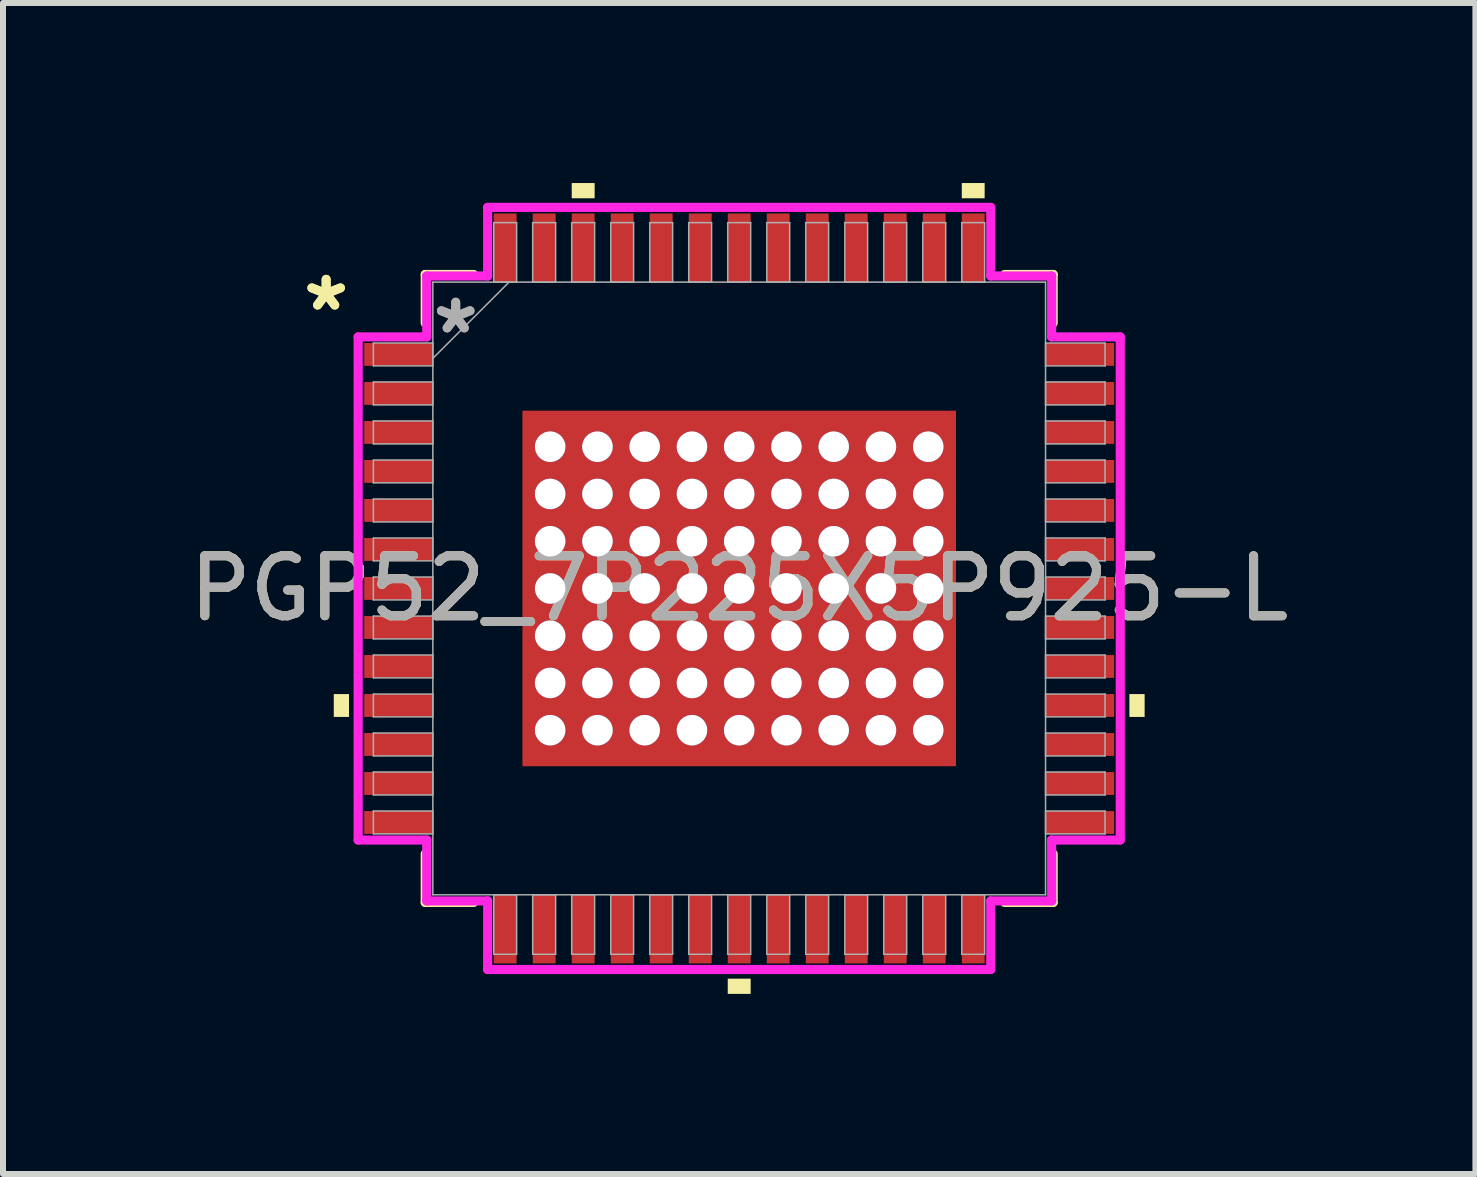
<source format=kicad_pcb>
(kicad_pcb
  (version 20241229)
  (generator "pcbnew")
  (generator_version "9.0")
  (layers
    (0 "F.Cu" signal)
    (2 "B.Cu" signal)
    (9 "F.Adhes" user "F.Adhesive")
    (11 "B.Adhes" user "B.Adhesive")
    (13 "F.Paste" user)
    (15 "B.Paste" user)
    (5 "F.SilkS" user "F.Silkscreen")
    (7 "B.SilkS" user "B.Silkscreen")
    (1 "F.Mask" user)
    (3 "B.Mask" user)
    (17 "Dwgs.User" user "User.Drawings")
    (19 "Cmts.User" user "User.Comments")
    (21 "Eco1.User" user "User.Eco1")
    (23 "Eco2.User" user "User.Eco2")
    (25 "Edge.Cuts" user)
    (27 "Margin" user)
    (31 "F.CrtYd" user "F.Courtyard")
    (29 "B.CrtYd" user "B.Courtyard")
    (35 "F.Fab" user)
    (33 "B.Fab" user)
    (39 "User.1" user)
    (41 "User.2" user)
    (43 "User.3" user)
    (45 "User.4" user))
  (footprint "PGP52_7P225X5P925-L"
    (layer "F.Cu")
    (at 9.268 6.756)
    (property "Reference" "PGP52_7P225X5P925-L" (at 0 0 0) (unlocked yes) (layer "F.SilkS") (effects (font (size 1 1) (thickness 0.15))))
    (attr through_hole)
    (fp_poly (pts (xy -3.676 -3.026) (xy -3.35 -3.026) (xy -3.35 3.026) (xy -3.676 3.026)) (stroke (width 0) (type solid)) (fill yes) (layer "F.Mask"))
    (fp_poly (pts (xy -3.676 -3.026) (xy 3.676 -3.026) (xy 3.676 -2.562) (xy -3.676 -2.562)) (stroke (width 0) (type solid)) (fill yes) (layer "F.Mask"))
    (fp_poly (pts (xy -3.676 -2.162) (xy 3.676 -2.162) (xy 3.676 -1.775) (xy -3.676 -1.775)) (stroke (width 0) (type solid)) (fill yes) (layer "F.Mask"))
    (fp_poly (pts (xy -3.676 -1.375) (xy 3.676 -1.375) (xy 3.676 -0.987) (xy -3.676 -0.987)) (stroke (width 0) (type solid)) (fill yes) (layer "F.Mask"))
    (fp_poly (pts (xy -3.676 -0.587) (xy 3.676 -0.587) (xy 3.676 -0.2) (xy -3.676 -0.2)) (stroke (width 0) (type solid)) (fill yes) (layer "F.Mask"))
    (fp_poly (pts (xy -3.676 0.2) (xy 3.676 0.2) (xy 3.676 0.587) (xy -3.676 0.587)) (stroke (width 0) (type solid)) (fill yes) (layer "F.Mask"))
    (fp_poly (pts (xy -3.676 0.987) (xy 3.676 0.987) (xy 3.676 1.375) (xy -3.676 1.375)) (stroke (width 0) (type solid)) (fill yes) (layer "F.Mask"))
    (fp_poly (pts (xy -3.676 1.775) (xy 3.676 1.775) (xy 3.676 2.162) (xy -3.676 2.162)) (stroke (width 0) (type solid)) (fill yes) (layer "F.Mask"))
    (fp_poly (pts (xy -3.676 2.562) (xy 3.676 2.562) (xy 3.676 3.026) (xy -3.676 3.026)) (stroke (width 0) (type solid)) (fill yes) (layer "F.Mask"))
    (fp_poly (pts (xy -2.562 -3.026) (xy -2.95 -3.026) (xy -2.95 3.026) (xy -2.562 3.026)) (stroke (width 0) (type solid)) (fill yes) (layer "F.Mask"))
    (fp_poly (pts (xy -1.775 -3.026) (xy -2.162 -3.026) (xy -2.162 3.026) (xy -1.775 3.026)) (stroke (width 0) (type solid)) (fill yes) (layer "F.Mask"))
    (fp_poly (pts (xy -0.987 -3.026) (xy -1.375 -3.026) (xy -1.375 3.026) (xy -0.987 3.026)) (stroke (width 0) (type solid)) (fill yes) (layer "F.Mask"))
    (fp_poly (pts (xy -0.2 -3.026) (xy -0.587 -3.026) (xy -0.587 3.026) (xy -0.2 3.026)) (stroke (width 0) (type solid)) (fill yes) (layer "F.Mask"))
    (fp_poly (pts (xy 0.587 -3.026) (xy 0.2 -3.026) (xy 0.2 3.026) (xy 0.587 3.026)) (stroke (width 0) (type solid)) (fill yes) (layer "F.Mask"))
    (fp_poly (pts (xy 1.375 -3.026) (xy 0.987 -3.026) (xy 0.987 3.026) (xy 1.375 3.026)) (stroke (width 0) (type solid)) (fill yes) (layer "F.Mask"))
    (fp_poly (pts (xy 2.162 -3.026) (xy 1.775 -3.026) (xy 1.775 3.026) (xy 2.162 3.026)) (stroke (width 0) (type solid)) (fill yes) (layer "F.Mask"))
    (fp_poly (pts (xy 2.95 -3.026) (xy 2.562 -3.026) (xy 2.562 3.026) (xy 2.95 3.026)) (stroke (width 0) (type solid)) (fill yes) (layer "F.Mask"))
    (fp_poly (pts (xy 3.35 -3.026) (xy 3.676 -3.026) (xy 3.676 3.026) (xy 3.35 3.026)) (stroke (width 0) (type solid)) (fill yes) (layer "F.Mask"))
    (fp_line (start -5.232 -5.232) (end -5.232 -4.423) (stroke (width 0.152) (type solid)) (layer "F.SilkS"))
    (fp_line (start -5.232 4.423) (end -5.232 5.232) (stroke (width 0.152) (type solid)) (layer "F.SilkS"))
    (fp_line (start -5.232 5.232) (end -4.423 5.232) (stroke (width 0.152) (type solid)) (layer "F.SilkS"))
    (fp_line (start -4.423 -5.232) (end -5.232 -5.232) (stroke (width 0.152) (type solid)) (layer "F.SilkS"))
    (fp_line (start 4.423 5.232) (end 5.232 5.232) (stroke (width 0.152) (type solid)) (layer "F.SilkS"))
    (fp_line (start 5.232 -5.232) (end 4.423 -5.232) (stroke (width 0.152) (type solid)) (layer "F.SilkS"))
    (fp_line (start 5.232 -4.423) (end 5.232 -5.232) (stroke (width 0.152) (type solid)) (layer "F.SilkS"))
    (fp_line (start 5.232 5.232) (end 5.232 4.423) (stroke (width 0.152) (type solid)) (layer "F.SilkS"))
    (fp_poly (pts (xy -6.756 1.76) (xy -6.756 2.141) (xy -6.502 2.141) (xy -6.502 1.76)) (stroke (width 0) (type solid)) (fill yes) (layer "F.SilkS"))
    (fp_poly (pts (xy -2.791 -6.502) (xy -2.791 -6.756) (xy -2.409 -6.756) (xy -2.409 -6.502)) (stroke (width 0) (type solid)) (fill yes) (layer "F.SilkS"))
    (fp_poly (pts (xy -0.191 6.502) (xy -0.191 6.756) (xy 0.191 6.756) (xy 0.191 6.502)) (stroke (width 0) (type solid)) (fill yes) (layer "F.SilkS"))
    (fp_poly (pts (xy 3.709 -6.502) (xy 3.709 -6.756) (xy 4.09 -6.756) (xy 4.09 -6.502)) (stroke (width 0) (type solid)) (fill yes) (layer "F.SilkS"))
    (fp_poly (pts (xy 6.756 1.76) (xy 6.756 2.141) (xy 6.502 2.141) (xy 6.502 1.76)) (stroke (width 0) (type solid)) (fill yes) (layer "F.SilkS"))
    (fp_poly (pts (xy -3.538 -2.888) (xy -3.538 -2.462) (xy -3.391 -2.462) (xy -3.25 -2.604) (xy -3.25 -2.888)) (stroke (width 0) (type solid)) (fill yes) (layer "F.Paste"))
    (fp_poly (pts (xy -3.538 2.462) (xy -3.538 2.888) (xy -3.25 2.888) (xy -3.25 2.604) (xy -3.391 2.462)) (stroke (width 0) (type solid)) (fill yes) (layer "F.Paste"))
    (fp_poly (pts (xy 3.25 -2.888) (xy 3.25 -2.604) (xy 3.391 -2.462) (xy 3.538 -2.462) (xy 3.538 -2.888)) (stroke (width 0) (type solid)) (fill yes) (layer "F.Paste"))
    (fp_poly (pts (xy 3.391 2.462) (xy 3.25 2.604) (xy 3.25 2.888) (xy 3.538 2.888) (xy 3.538 2.462)) (stroke (width 0) (type solid)) (fill yes) (layer "F.Paste"))
    (fp_poly (pts (xy -3.538 -2.262) (xy -3.538 -1.675) (xy -3.391 -1.675) (xy -3.25 -1.816) (xy -3.25 -2.121) (xy -3.391 -2.262)) (stroke (width 0) (type solid)) (fill yes) (layer "F.Paste"))
    (fp_poly (pts (xy -3.538 -1.475) (xy -3.538 -0.887) (xy -3.391 -0.887) (xy -3.25 -1.029) (xy -3.25 -1.333) (xy -3.391 -1.475)) (stroke (width 0) (type solid)) (fill yes) (layer "F.Paste"))
    (fp_poly (pts (xy -3.538 -0.687) (xy -3.538 -0.1) (xy -3.391 -0.1) (xy -3.25 -0.241) (xy -3.25 -0.546) (xy -3.391 -0.687)) (stroke (width 0) (type solid)) (fill yes) (layer "F.Paste"))
    (fp_poly (pts (xy -3.538 0.1) (xy -3.538 0.687) (xy -3.391 0.687) (xy -3.25 0.546) (xy -3.25 0.241) (xy -3.391 0.1)) (stroke (width 0) (type solid)) (fill yes) (layer "F.Paste"))
    (fp_poly (pts (xy -3.538 0.887) (xy -3.538 1.475) (xy -3.391 1.475) (xy -3.25 1.333) (xy -3.25 1.029) (xy -3.391 0.887)) (stroke (width 0) (type solid)) (fill yes) (layer "F.Paste"))
    (fp_poly (pts (xy -3.538 1.675) (xy -3.538 2.262) (xy -3.391 2.262) (xy -3.25 2.121) (xy -3.25 1.816) (xy -3.391 1.675)) (stroke (width 0) (type solid)) (fill yes) (layer "F.Paste"))
    (fp_poly (pts (xy -3.05 -2.888) (xy -3.05 -2.604) (xy -2.908 -2.462) (xy -2.604 -2.462) (xy -2.462 -2.604) (xy -2.462 -2.888)) (stroke (width 0) (type solid)) (fill yes) (layer "F.Paste"))
    (fp_poly (pts (xy -2.908 2.462) (xy -3.05 2.604) (xy -3.05 2.888) (xy -2.462 2.888) (xy -2.462 2.604) (xy -2.604 2.462)) (stroke (width 0) (type solid)) (fill yes) (layer "F.Paste"))
    (fp_poly (pts (xy -2.262 -2.888) (xy -2.262 -2.604) (xy -2.121 -2.462) (xy -1.816 -2.462) (xy -1.675 -2.604) (xy -1.675 -2.888)) (stroke (width 0) (type solid)) (fill yes) (layer "F.Paste"))
    (fp_poly (pts (xy -2.121 2.462) (xy -2.262 2.604) (xy -2.262 2.888) (xy -1.675 2.888) (xy -1.675 2.604) (xy -1.816 2.462)) (stroke (width 0) (type solid)) (fill yes) (layer "F.Paste"))
    (fp_poly (pts (xy -1.475 -2.888) (xy -1.475 -2.604) (xy -1.333 -2.462) (xy -1.029 -2.462) (xy -0.887 -2.604) (xy -0.887 -2.888)) (stroke (width 0) (type solid)) (fill yes) (layer "F.Paste"))
    (fp_poly (pts (xy -1.333 2.462) (xy -1.475 2.604) (xy -1.475 2.888) (xy -0.887 2.888) (xy -0.887 2.604) (xy -1.029 2.462)) (stroke (width 0) (type solid)) (fill yes) (layer "F.Paste"))
    (fp_poly (pts (xy -0.687 -2.888) (xy -0.687 -2.604) (xy -0.546 -2.462) (xy -0.241 -2.462) (xy -0.1 -2.604) (xy -0.1 -2.888)) (stroke (width 0) (type solid)) (fill yes) (layer "F.Paste"))
    (fp_poly (pts (xy -0.546 2.462) (xy -0.687 2.604) (xy -0.687 2.888) (xy -0.1 2.888) (xy -0.1 2.604) (xy -0.241 2.462)) (stroke (width 0) (type solid)) (fill yes) (layer "F.Paste"))
    (fp_poly (pts (xy 0.1 -2.888) (xy 0.1 -2.604) (xy 0.241 -2.462) (xy 0.546 -2.462) (xy 0.687 -2.604) (xy 0.687 -2.888)) (stroke (width 0) (type solid)) (fill yes) (layer "F.Paste"))
    (fp_poly (pts (xy 0.241 2.462) (xy 0.1 2.604) (xy 0.1 2.888) (xy 0.687 2.888) (xy 0.687 2.604) (xy 0.546 2.462)) (stroke (width 0) (type solid)) (fill yes) (layer "F.Paste"))
    (fp_poly (pts (xy 0.887 -2.888) (xy 0.887 -2.604) (xy 1.029 -2.462) (xy 1.333 -2.462) (xy 1.475 -2.604) (xy 1.475 -2.888)) (stroke (width 0) (type solid)) (fill yes) (layer "F.Paste"))
    (fp_poly (pts (xy 1.029 2.462) (xy 0.887 2.604) (xy 0.887 2.888) (xy 1.475 2.888) (xy 1.475 2.604) (xy 1.333 2.462)) (stroke (width 0) (type solid)) (fill yes) (layer "F.Paste"))
    (fp_poly (pts (xy 1.675 -2.888) (xy 1.675 -2.604) (xy 1.816 -2.462) (xy 2.121 -2.462) (xy 2.262 -2.604) (xy 2.262 -2.888)) (stroke (width 0) (type solid)) (fill yes) (layer "F.Paste"))
    (fp_poly (pts (xy 1.816 2.462) (xy 1.675 2.604) (xy 1.675 2.888) (xy 2.262 2.888) (xy 2.262 2.604) (xy 2.121 2.462)) (stroke (width 0) (type solid)) (fill yes) (layer "F.Paste"))
    (fp_poly (pts (xy 2.462 -2.888) (xy 2.462 -2.604) (xy 2.604 -2.462) (xy 2.908 -2.462) (xy 3.05 -2.604) (xy 3.05 -2.888)) (stroke (width 0) (type solid)) (fill yes) (layer "F.Paste"))
    (fp_poly (pts (xy 2.604 2.462) (xy 2.462 2.604) (xy 2.462 2.888) (xy 3.05 2.888) (xy 3.05 2.604) (xy 2.908 2.462)) (stroke (width 0) (type solid)) (fill yes) (layer "F.Paste"))
    (fp_poly (pts (xy 3.391 -2.262) (xy 3.25 -2.121) (xy 3.25 -1.816) (xy 3.391 -1.675) (xy 3.538 -1.675) (xy 3.538 -2.262)) (stroke (width 0) (type solid)) (fill yes) (layer "F.Paste"))
    (fp_poly (pts (xy 3.391 -1.475) (xy 3.25 -1.333) (xy 3.25 -1.029) (xy 3.391 -0.887) (xy 3.538 -0.887) (xy 3.538 -1.475)) (stroke (width 0) (type solid)) (fill yes) (layer "F.Paste"))
    (fp_poly (pts (xy 3.391 -0.687) (xy 3.25 -0.546) (xy 3.25 -0.241) (xy 3.391 -0.1) (xy 3.538 -0.1) (xy 3.538 -0.687)) (stroke (width 0) (type solid)) (fill yes) (layer "F.Paste"))
    (fp_poly (pts (xy 3.391 0.1) (xy 3.25 0.241) (xy 3.25 0.546) (xy 3.391 0.687) (xy 3.538 0.687) (xy 3.538 0.1)) (stroke (width 0) (type solid)) (fill yes) (layer "F.Paste"))
    (fp_poly (pts (xy 3.391 0.887) (xy 3.25 1.029) (xy 3.25 1.333) (xy 3.391 1.475) (xy 3.538 1.475) (xy 3.538 0.887)) (stroke (width 0) (type solid)) (fill yes) (layer "F.Paste"))
    (fp_poly (pts (xy 3.391 1.675) (xy 3.25 1.816) (xy 3.25 2.121) (xy 3.391 2.262) (xy 3.538 2.262) (xy 3.538 1.675)) (stroke (width 0) (type solid)) (fill yes) (layer "F.Paste"))
    (fp_poly (pts (xy -2.908 -2.262) (xy -3.05 -2.121) (xy -3.05 -1.816) (xy -2.908 -1.675) (xy -2.604 -1.675) (xy -2.462 -1.816) (xy -2.462 -2.121) (xy -2.604 -2.262)) (stroke (width 0) (type solid)) (fill yes) (layer "F.Paste"))
    (fp_poly (pts (xy -2.908 -1.475) (xy -3.05 -1.333) (xy -3.05 -1.029) (xy -2.908 -0.887) (xy -2.604 -0.887) (xy -2.462 -1.029) (xy -2.462 -1.333) (xy -2.604 -1.475)) (stroke (width 0) (type solid)) (fill yes) (layer "F.Paste"))
    (fp_poly (pts (xy -2.908 -0.687) (xy -3.05 -0.546) (xy -3.05 -0.241) (xy -2.908 -0.1) (xy -2.604 -0.1) (xy -2.462 -0.241) (xy -2.462 -0.546) (xy -2.604 -0.687)) (stroke (width 0) (type solid)) (fill yes) (layer "F.Paste"))
    (fp_poly (pts (xy -2.908 0.1) (xy -3.05 0.241) (xy -3.05 0.546) (xy -2.908 0.687) (xy -2.604 0.687) (xy -2.462 0.546) (xy -2.462 0.241) (xy -2.604 0.1)) (stroke (width 0) (type solid)) (fill yes) (layer "F.Paste"))
    (fp_poly (pts (xy -2.908 0.887) (xy -3.05 1.029) (xy -3.05 1.333) (xy -2.908 1.475) (xy -2.604 1.475) (xy -2.462 1.333) (xy -2.462 1.029) (xy -2.604 0.887)) (stroke (width 0) (type solid)) (fill yes) (layer "F.Paste"))
    (fp_poly (pts (xy -2.908 1.675) (xy -3.05 1.816) (xy -3.05 2.121) (xy -2.908 2.262) (xy -2.604 2.262) (xy -2.462 2.121) (xy -2.462 1.816) (xy -2.604 1.675)) (stroke (width 0) (type solid)) (fill yes) (layer "F.Paste"))
    (fp_poly (pts (xy -2.121 -2.262) (xy -2.262 -2.121) (xy -2.262 -1.816) (xy -2.121 -1.675) (xy -1.816 -1.675) (xy -1.675 -1.816) (xy -1.675 -2.121) (xy -1.816 -2.262)) (stroke (width 0) (type solid)) (fill yes) (layer "F.Paste"))
    (fp_poly (pts (xy -2.121 -1.475) (xy -2.262 -1.333) (xy -2.262 -1.029) (xy -2.121 -0.887) (xy -1.816 -0.887) (xy -1.675 -1.029) (xy -1.675 -1.333) (xy -1.816 -1.475)) (stroke (width 0) (type solid)) (fill yes) (layer "F.Paste"))
    (fp_poly (pts (xy -2.121 -0.687) (xy -2.262 -0.546) (xy -2.262 -0.241) (xy -2.121 -0.1) (xy -1.816 -0.1) (xy -1.675 -0.241) (xy -1.675 -0.546) (xy -1.816 -0.687)) (stroke (width 0) (type solid)) (fill yes) (layer "F.Paste"))
    (fp_poly (pts (xy -2.121 0.1) (xy -2.262 0.241) (xy -2.262 0.546) (xy -2.121 0.687) (xy -1.816 0.687) (xy -1.675 0.546) (xy -1.675 0.241) (xy -1.816 0.1)) (stroke (width 0) (type solid)) (fill yes) (layer "F.Paste"))
    (fp_poly (pts (xy -2.121 0.887) (xy -2.262 1.029) (xy -2.262 1.333) (xy -2.121 1.475) (xy -1.816 1.475) (xy -1.675 1.333) (xy -1.675 1.029) (xy -1.816 0.887)) (stroke (width 0) (type solid)) (fill yes) (layer "F.Paste"))
    (fp_poly (pts (xy -2.121 1.675) (xy -2.262 1.816) (xy -2.262 2.121) (xy -2.121 2.262) (xy -1.816 2.262) (xy -1.675 2.121) (xy -1.675 1.816) (xy -1.816 1.675)) (stroke (width 0) (type solid)) (fill yes) (layer "F.Paste"))
    (fp_poly (pts (xy -1.333 -2.262) (xy -1.475 -2.121) (xy -1.475 -1.816) (xy -1.333 -1.675) (xy -1.029 -1.675) (xy -0.887 -1.816) (xy -0.887 -2.121) (xy -1.029 -2.262)) (stroke (width 0) (type solid)) (fill yes) (layer "F.Paste"))
    (fp_poly (pts (xy -1.333 -1.475) (xy -1.475 -1.333) (xy -1.475 -1.029) (xy -1.333 -0.887) (xy -1.029 -0.887) (xy -0.887 -1.029) (xy -0.887 -1.333) (xy -1.029 -1.475)) (stroke (width 0) (type solid)) (fill yes) (layer "F.Paste"))
    (fp_poly (pts (xy -1.333 -0.687) (xy -1.475 -0.546) (xy -1.475 -0.241) (xy -1.333 -0.1) (xy -1.029 -0.1) (xy -0.887 -0.241) (xy -0.887 -0.546) (xy -1.029 -0.687)) (stroke (width 0) (type solid)) (fill yes) (layer "F.Paste"))
    (fp_poly (pts (xy -1.333 0.1) (xy -1.475 0.241) (xy -1.475 0.546) (xy -1.333 0.687) (xy -1.029 0.687) (xy -0.887 0.546) (xy -0.887 0.241) (xy -1.029 0.1)) (stroke (width 0) (type solid)) (fill yes) (layer "F.Paste"))
    (fp_poly (pts (xy -1.333 0.887) (xy -1.475 1.029) (xy -1.475 1.333) (xy -1.333 1.475) (xy -1.029 1.475) (xy -0.887 1.333) (xy -0.887 1.029) (xy -1.029 0.887)) (stroke (width 0) (type solid)) (fill yes) (layer "F.Paste"))
    (fp_poly (pts (xy -1.333 1.675) (xy -1.475 1.816) (xy -1.475 2.121) (xy -1.333 2.262) (xy -1.029 2.262) (xy -0.887 2.121) (xy -0.887 1.816) (xy -1.029 1.675)) (stroke (width 0) (type solid)) (fill yes) (layer "F.Paste"))
    (fp_poly (pts (xy -0.546 -2.262) (xy -0.687 -2.121) (xy -0.687 -1.816) (xy -0.546 -1.675) (xy -0.241 -1.675) (xy -0.1 -1.816) (xy -0.1 -2.121) (xy -0.241 -2.262)) (stroke (width 0) (type solid)) (fill yes) (layer "F.Paste"))
    (fp_poly (pts (xy -0.546 -1.475) (xy -0.687 -1.333) (xy -0.687 -1.029) (xy -0.546 -0.887) (xy -0.241 -0.887) (xy -0.1 -1.029) (xy -0.1 -1.333) (xy -0.241 -1.475)) (stroke (width 0) (type solid)) (fill yes) (layer "F.Paste"))
    (fp_poly (pts (xy -0.546 -0.687) (xy -0.687 -0.546) (xy -0.687 -0.241) (xy -0.546 -0.1) (xy -0.241 -0.1) (xy -0.1 -0.241) (xy -0.1 -0.546) (xy -0.241 -0.687)) (stroke (width 0) (type solid)) (fill yes) (layer "F.Paste"))
    (fp_poly (pts (xy -0.546 0.1) (xy -0.687 0.241) (xy -0.687 0.546) (xy -0.546 0.687) (xy -0.241 0.687) (xy -0.1 0.546) (xy -0.1 0.241) (xy -0.241 0.1)) (stroke (width 0) (type solid)) (fill yes) (layer "F.Paste"))
    (fp_poly (pts (xy -0.546 0.887) (xy -0.687 1.029) (xy -0.687 1.333) (xy -0.546 1.475) (xy -0.241 1.475) (xy -0.1 1.333) (xy -0.1 1.029) (xy -0.241 0.887)) (stroke (width 0) (type solid)) (fill yes) (layer "F.Paste"))
    (fp_poly (pts (xy -0.546 1.675) (xy -0.687 1.816) (xy -0.687 2.121) (xy -0.546 2.262) (xy -0.241 2.262) (xy -0.1 2.121) (xy -0.1 1.816) (xy -0.241 1.675)) (stroke (width 0) (type solid)) (fill yes) (layer "F.Paste"))
    (fp_poly (pts (xy 0.241 -2.262) (xy 0.1 -2.121) (xy 0.1 -1.816) (xy 0.241 -1.675) (xy 0.546 -1.675) (xy 0.687 -1.816) (xy 0.687 -2.121) (xy 0.546 -2.262)) (stroke (width 0) (type solid)) (fill yes) (layer "F.Paste"))
    (fp_poly (pts (xy 0.241 -1.475) (xy 0.1 -1.333) (xy 0.1 -1.029) (xy 0.241 -0.887) (xy 0.546 -0.887) (xy 0.687 -1.029) (xy 0.687 -1.333) (xy 0.546 -1.475)) (stroke (width 0) (type solid)) (fill yes) (layer "F.Paste"))
    (fp_poly (pts (xy 0.241 -0.687) (xy 0.1 -0.546) (xy 0.1 -0.241) (xy 0.241 -0.1) (xy 0.546 -0.1) (xy 0.687 -0.241) (xy 0.687 -0.546) (xy 0.546 -0.687)) (stroke (width 0) (type solid)) (fill yes) (layer "F.Paste"))
    (fp_poly (pts (xy 0.241 0.1) (xy 0.1 0.241) (xy 0.1 0.546) (xy 0.241 0.687) (xy 0.546 0.687) (xy 0.687 0.546) (xy 0.687 0.241) (xy 0.546 0.1)) (stroke (width 0) (type solid)) (fill yes) (layer "F.Paste"))
    (fp_poly (pts (xy 0.241 0.887) (xy 0.1 1.029) (xy 0.1 1.333) (xy 0.241 1.475) (xy 0.546 1.475) (xy 0.687 1.333) (xy 0.687 1.029) (xy 0.546 0.887)) (stroke (width 0) (type solid)) (fill yes) (layer "F.Paste"))
    (fp_poly (pts (xy 0.241 1.675) (xy 0.1 1.816) (xy 0.1 2.121) (xy 0.241 2.262) (xy 0.546 2.262) (xy 0.687 2.121) (xy 0.687 1.816) (xy 0.546 1.675)) (stroke (width 0) (type solid)) (fill yes) (layer "F.Paste"))
    (fp_poly (pts (xy 1.029 -2.262) (xy 0.887 -2.121) (xy 0.887 -1.816) (xy 1.029 -1.675) (xy 1.333 -1.675) (xy 1.475 -1.816) (xy 1.475 -2.121) (xy 1.333 -2.262)) (stroke (width 0) (type solid)) (fill yes) (layer "F.Paste"))
    (fp_poly (pts (xy 1.029 -1.475) (xy 0.887 -1.333) (xy 0.887 -1.029) (xy 1.029 -0.887) (xy 1.333 -0.887) (xy 1.475 -1.029) (xy 1.475 -1.333) (xy 1.333 -1.475)) (stroke (width 0) (type solid)) (fill yes) (layer "F.Paste"))
    (fp_poly (pts (xy 1.029 -0.687) (xy 0.887 -0.546) (xy 0.887 -0.241) (xy 1.029 -0.1) (xy 1.333 -0.1) (xy 1.475 -0.241) (xy 1.475 -0.546) (xy 1.333 -0.687)) (stroke (width 0) (type solid)) (fill yes) (layer "F.Paste"))
    (fp_poly (pts (xy 1.029 0.1) (xy 0.887 0.241) (xy 0.887 0.546) (xy 1.029 0.687) (xy 1.333 0.687) (xy 1.475 0.546) (xy 1.475 0.241) (xy 1.333 0.1)) (stroke (width 0) (type solid)) (fill yes) (layer "F.Paste"))
    (fp_poly (pts (xy 1.029 0.887) (xy 0.887 1.029) (xy 0.887 1.333) (xy 1.029 1.475) (xy 1.333 1.475) (xy 1.475 1.333) (xy 1.475 1.029) (xy 1.333 0.887)) (stroke (width 0) (type solid)) (fill yes) (layer "F.Paste"))
    (fp_poly (pts (xy 1.029 1.675) (xy 0.887 1.816) (xy 0.887 2.121) (xy 1.029 2.262) (xy 1.333 2.262) (xy 1.475 2.121) (xy 1.475 1.816) (xy 1.333 1.675)) (stroke (width 0) (type solid)) (fill yes) (layer "F.Paste"))
    (fp_poly (pts (xy 1.816 -2.262) (xy 1.675 -2.121) (xy 1.675 -1.816) (xy 1.816 -1.675) (xy 2.121 -1.675) (xy 2.262 -1.816) (xy 2.262 -2.121) (xy 2.121 -2.262)) (stroke (width 0) (type solid)) (fill yes) (layer "F.Paste"))
    (fp_poly (pts (xy 1.816 -1.475) (xy 1.675 -1.333) (xy 1.675 -1.029) (xy 1.816 -0.887) (xy 2.121 -0.887) (xy 2.262 -1.029) (xy 2.262 -1.333) (xy 2.121 -1.475)) (stroke (width 0) (type solid)) (fill yes) (layer "F.Paste"))
    (fp_poly (pts (xy 1.816 -0.687) (xy 1.675 -0.546) (xy 1.675 -0.241) (xy 1.816 -0.1) (xy 2.121 -0.1) (xy 2.262 -0.241) (xy 2.262 -0.546) (xy 2.121 -0.687)) (stroke (width 0) (type solid)) (fill yes) (layer "F.Paste"))
    (fp_poly (pts (xy 1.816 0.1) (xy 1.675 0.241) (xy 1.675 0.546) (xy 1.816 0.687) (xy 2.121 0.687) (xy 2.262 0.546) (xy 2.262 0.241) (xy 2.121 0.1)) (stroke (width 0) (type solid)) (fill yes) (layer "F.Paste"))
    (fp_poly (pts (xy 1.816 0.887) (xy 1.675 1.029) (xy 1.675 1.333) (xy 1.816 1.475) (xy 2.121 1.475) (xy 2.262 1.333) (xy 2.262 1.029) (xy 2.121 0.887)) (stroke (width 0) (type solid)) (fill yes) (layer "F.Paste"))
    (fp_poly (pts (xy 1.816 1.675) (xy 1.675 1.816) (xy 1.675 2.121) (xy 1.816 2.262) (xy 2.121 2.262) (xy 2.262 2.121) (xy 2.262 1.816) (xy 2.121 1.675)) (stroke (width 0) (type solid)) (fill yes) (layer "F.Paste"))
    (fp_poly (pts (xy 2.604 -2.262) (xy 2.462 -2.121) (xy 2.462 -1.816) (xy 2.604 -1.675) (xy 2.908 -1.675) (xy 3.05 -1.816) (xy 3.05 -2.121) (xy 2.908 -2.262)) (stroke (width 0) (type solid)) (fill yes) (layer "F.Paste"))
    (fp_poly (pts (xy 2.604 -1.475) (xy 2.462 -1.333) (xy 2.462 -1.029) (xy 2.604 -0.887) (xy 2.908 -0.887) (xy 3.05 -1.029) (xy 3.05 -1.333) (xy 2.908 -1.475)) (stroke (width 0) (type solid)) (fill yes) (layer "F.Paste"))
    (fp_poly (pts (xy 2.604 -0.687) (xy 2.462 -0.546) (xy 2.462 -0.241) (xy 2.604 -0.1) (xy 2.908 -0.1) (xy 3.05 -0.241) (xy 3.05 -0.546) (xy 2.908 -0.687)) (stroke (width 0) (type solid)) (fill yes) (layer "F.Paste"))
    (fp_poly (pts (xy 2.604 0.1) (xy 2.462 0.241) (xy 2.462 0.546) (xy 2.604 0.687) (xy 2.908 0.687) (xy 3.05 0.546) (xy 3.05 0.241) (xy 2.908 0.1)) (stroke (width 0) (type solid)) (fill yes) (layer "F.Paste"))
    (fp_poly (pts (xy 2.604 0.887) (xy 2.462 1.029) (xy 2.462 1.333) (xy 2.604 1.475) (xy 2.908 1.475) (xy 3.05 1.333) (xy 3.05 1.029) (xy 2.908 0.887)) (stroke (width 0) (type solid)) (fill yes) (layer "F.Paste"))
    (fp_poly (pts (xy 2.604 1.675) (xy 2.462 1.816) (xy 2.462 2.121) (xy 2.604 2.262) (xy 2.908 2.262) (xy 3.05 2.121) (xy 3.05 1.816) (xy 2.908 1.675)) (stroke (width 0) (type solid)) (fill yes) (layer "F.Paste"))
    (fp_line (start -6.35 -4.192) (end -5.207 -4.192) (stroke (width 0.152) (type solid)) (layer "F.CrtYd"))
    (fp_line (start -6.35 4.192) (end -6.35 -4.192) (stroke (width 0.152) (type solid)) (layer "F.CrtYd"))
    (fp_line (start -5.207 -5.207) (end -4.192 -5.207) (stroke (width 0.152) (type solid)) (layer "F.CrtYd"))
    (fp_line (start -5.207 -4.192) (end -5.207 -5.207) (stroke (width 0.152) (type solid)) (layer "F.CrtYd"))
    (fp_line (start -5.207 4.192) (end -6.35 4.192) (stroke (width 0.152) (type solid)) (layer "F.CrtYd"))
    (fp_line (start -5.207 5.207) (end -5.207 4.192) (stroke (width 0.152) (type solid)) (layer "F.CrtYd"))
    (fp_line (start -5.207 5.207) (end -4.192 5.207) (stroke (width 0.152) (type solid)) (layer "F.CrtYd"))
    (fp_line (start -4.192 -6.35) (end 4.192 -6.35) (stroke (width 0.152) (type solid)) (layer "F.CrtYd"))
    (fp_line (start -4.192 -5.207) (end -4.192 -6.35) (stroke (width 0.152) (type solid)) (layer "F.CrtYd"))
    (fp_line (start -4.192 5.207) (end -4.192 6.35) (stroke (width 0.152) (type solid)) (layer "F.CrtYd"))
    (fp_line (start -4.192 6.35) (end 4.192 6.35) (stroke (width 0.152) (type solid)) (layer "F.CrtYd"))
    (fp_line (start 4.192 -6.35) (end 4.192 -5.207) (stroke (width 0.152) (type solid)) (layer "F.CrtYd"))
    (fp_line (start 4.192 -5.207) (end 5.207 -5.207) (stroke (width 0.152) (type solid)) (layer "F.CrtYd"))
    (fp_line (start 4.192 5.207) (end 5.207 5.207) (stroke (width 0.152) (type solid)) (layer "F.CrtYd"))
    (fp_line (start 4.192 6.35) (end 4.192 5.207) (stroke (width 0.152) (type solid)) (layer "F.CrtYd"))
    (fp_line (start 5.207 -4.192) (end 5.207 -5.207) (stroke (width 0.152) (type solid)) (layer "F.CrtYd"))
    (fp_line (start 5.207 4.192) (end 6.35 4.192) (stroke (width 0.152) (type solid)) (layer "F.CrtYd"))
    (fp_line (start 5.207 5.207) (end 5.207 4.192) (stroke (width 0.152) (type solid)) (layer "F.CrtYd"))
    (fp_line (start 6.35 -4.192) (end 5.207 -4.192) (stroke (width 0.152) (type solid)) (layer "F.CrtYd"))
    (fp_line (start 6.35 4.192) (end 6.35 -4.192) (stroke (width 0.152) (type solid)) (layer "F.CrtYd"))
    (fp_line (start -6.096 -4.09) (end -6.096 -3.709) (stroke (width 0.025) (type solid)) (layer "F.Fab"))
    (fp_line (start -6.096 -3.709) (end -5.105 -3.709) (stroke (width 0.025) (type solid)) (layer "F.Fab"))
    (fp_line (start -6.096 -3.441) (end -6.096 -3.059) (stroke (width 0.025) (type solid)) (layer "F.Fab"))
    (fp_line (start -6.096 -3.059) (end -5.105 -3.059) (stroke (width 0.025) (type solid)) (layer "F.Fab"))
    (fp_line (start -6.096 -2.791) (end -6.096 -2.409) (stroke (width 0.025) (type solid)) (layer "F.Fab"))
    (fp_line (start -6.096 -2.409) (end -5.105 -2.409) (stroke (width 0.025) (type solid)) (layer "F.Fab"))
    (fp_line (start -6.096 -2.14) (end -6.096 -1.76) (stroke (width 0.025) (type solid)) (layer "F.Fab"))
    (fp_line (start -6.096 -1.76) (end -5.105 -1.76) (stroke (width 0.025) (type solid)) (layer "F.Fab"))
    (fp_line (start -6.096 -1.49) (end -6.096 -1.109) (stroke (width 0.025) (type solid)) (layer "F.Fab"))
    (fp_line (start -6.096 -1.109) (end -5.105 -1.109) (stroke (width 0.025) (type solid)) (layer "F.Fab"))
    (fp_line (start -6.096 -0.841) (end -6.096 -0.46) (stroke (width 0.025) (type solid)) (layer "F.Fab"))
    (fp_line (start -6.096 -0.46) (end -5.105 -0.46) (stroke (width 0.025) (type solid)) (layer "F.Fab"))
    (fp_line (start -6.096 -0.191) (end -6.096 0.191) (stroke (width 0.025) (type solid)) (layer "F.Fab"))
    (fp_line (start -6.096 0.191) (end -5.105 0.191) (stroke (width 0.025) (type solid)) (layer "F.Fab"))
    (fp_line (start -6.096 0.46) (end -6.096 0.841) (stroke (width 0.025) (type solid)) (layer "F.Fab"))
    (fp_line (start -6.096 0.841) (end -5.105 0.841) (stroke (width 0.025) (type solid)) (layer "F.Fab"))
    (fp_line (start -6.096 1.109) (end -6.096 1.49) (stroke (width 0.025) (type solid)) (layer "F.Fab"))
    (fp_line (start -6.096 1.49) (end -5.105 1.49) (stroke (width 0.025) (type solid)) (layer "F.Fab"))
    (fp_line (start -6.096 1.76) (end -6.096 2.14) (stroke (width 0.025) (type solid)) (layer "F.Fab"))
    (fp_line (start -6.096 2.14) (end -5.105 2.14) (stroke (width 0.025) (type solid)) (layer "F.Fab"))
    (fp_line (start -6.096 2.409) (end -6.096 2.791) (stroke (width 0.025) (type solid)) (layer "F.Fab"))
    (fp_line (start -6.096 2.791) (end -5.105 2.791) (stroke (width 0.025) (type solid)) (layer "F.Fab"))
    (fp_line (start -6.096 3.059) (end -6.096 3.441) (stroke (width 0.025) (type solid)) (layer "F.Fab"))
    (fp_line (start -6.096 3.441) (end -5.105 3.441) (stroke (width 0.025) (type solid)) (layer "F.Fab"))
    (fp_line (start -6.096 3.709) (end -6.096 4.09) (stroke (width 0.025) (type solid)) (layer "F.Fab"))
    (fp_line (start -6.096 4.09) (end -5.105 4.09) (stroke (width 0.025) (type solid)) (layer "F.Fab"))
    (fp_line (start -5.105 -5.105) (end -5.105 5.105) (stroke (width 0.025) (type solid)) (layer "F.Fab"))
    (fp_line (start -5.105 -4.09) (end -6.096 -4.09) (stroke (width 0.025) (type solid)) (layer "F.Fab"))
    (fp_line (start -5.105 -3.835) (end -3.835 -5.105) (stroke (width 0.025) (type solid)) (layer "F.Fab"))
    (fp_line (start -5.105 -3.709) (end -5.105 -4.09) (stroke (width 0.025) (type solid)) (layer "F.Fab"))
    (fp_line (start -5.105 -3.441) (end -6.096 -3.441) (stroke (width 0.025) (type solid)) (layer "F.Fab"))
    (fp_line (start -5.105 -3.059) (end -5.105 -3.441) (stroke (width 0.025) (type solid)) (layer "F.Fab"))
    (fp_line (start -5.105 -2.791) (end -6.096 -2.791) (stroke (width 0.025) (type solid)) (layer "F.Fab"))
    (fp_line (start -5.105 -2.409) (end -5.105 -2.791) (stroke (width 0.025) (type solid)) (layer "F.Fab"))
    (fp_line (start -5.105 -2.14) (end -6.096 -2.14) (stroke (width 0.025) (type solid)) (layer "F.Fab"))
    (fp_line (start -5.105 -1.76) (end -5.105 -2.14) (stroke (width 0.025) (type solid)) (layer "F.Fab"))
    (fp_line (start -5.105 -1.49) (end -6.096 -1.49) (stroke (width 0.025) (type solid)) (layer "F.Fab"))
    (fp_line (start -5.105 -1.109) (end -5.105 -1.49) (stroke (width 0.025) (type solid)) (layer "F.Fab"))
    (fp_line (start -5.105 -0.841) (end -6.096 -0.841) (stroke (width 0.025) (type solid)) (layer "F.Fab"))
    (fp_line (start -5.105 -0.46) (end -5.105 -0.841) (stroke (width 0.025) (type solid)) (layer "F.Fab"))
    (fp_line (start -5.105 -0.191) (end -6.096 -0.191) (stroke (width 0.025) (type solid)) (layer "F.Fab"))
    (fp_line (start -5.105 0.191) (end -5.105 -0.191) (stroke (width 0.025) (type solid)) (layer "F.Fab"))
    (fp_line (start -5.105 0.46) (end -6.096 0.46) (stroke (width 0.025) (type solid)) (layer "F.Fab"))
    (fp_line (start -5.105 0.841) (end -5.105 0.46) (stroke (width 0.025) (type solid)) (layer "F.Fab"))
    (fp_line (start -5.105 1.109) (end -6.096 1.109) (stroke (width 0.025) (type solid)) (layer "F.Fab"))
    (fp_line (start -5.105 1.49) (end -5.105 1.109) (stroke (width 0.025) (type solid)) (layer "F.Fab"))
    (fp_line (start -5.105 1.76) (end -6.096 1.76) (stroke (width 0.025) (type solid)) (layer "F.Fab"))
    (fp_line (start -5.105 2.14) (end -5.105 1.76) (stroke (width 0.025) (type solid)) (layer "F.Fab"))
    (fp_line (start -5.105 2.409) (end -6.096 2.409) (stroke (width 0.025) (type solid)) (layer "F.Fab"))
    (fp_line (start -5.105 2.791) (end -5.105 2.409) (stroke (width 0.025) (type solid)) (layer "F.Fab"))
    (fp_line (start -5.105 3.059) (end -6.096 3.059) (stroke (width 0.025) (type solid)) (layer "F.Fab"))
    (fp_line (start -5.105 3.441) (end -5.105 3.059) (stroke (width 0.025) (type solid)) (layer "F.Fab"))
    (fp_line (start -5.105 3.709) (end -6.096 3.709) (stroke (width 0.025) (type solid)) (layer "F.Fab"))
    (fp_line (start -5.105 4.09) (end -5.105 3.709) (stroke (width 0.025) (type solid)) (layer "F.Fab"))
    (fp_line (start -5.105 5.105) (end 5.105 5.105) (stroke (width 0.025) (type solid)) (layer "F.Fab"))
    (fp_line (start -4.09 -6.096) (end -4.09 -5.105) (stroke (width 0.025) (type solid)) (layer "F.Fab"))
    (fp_line (start -4.09 -5.105) (end -3.709 -5.105) (stroke (width 0.025) (type solid)) (layer "F.Fab"))
    (fp_line (start -4.09 5.105) (end -4.09 6.096) (stroke (width 0.025) (type solid)) (layer "F.Fab"))
    (fp_line (start -4.09 6.096) (end -3.709 6.096) (stroke (width 0.025) (type solid)) (layer "F.Fab"))
    (fp_line (start -3.709 -6.096) (end -4.09 -6.096) (stroke (width 0.025) (type solid)) (layer "F.Fab"))
    (fp_line (start -3.709 -5.105) (end -3.709 -6.096) (stroke (width 0.025) (type solid)) (layer "F.Fab"))
    (fp_line (start -3.709 5.105) (end -4.09 5.105) (stroke (width 0.025) (type solid)) (layer "F.Fab"))
    (fp_line (start -3.709 6.096) (end -3.709 5.105) (stroke (width 0.025) (type solid)) (layer "F.Fab"))
    (fp_line (start -3.441 -6.096) (end -3.441 -5.105) (stroke (width 0.025) (type solid)) (layer "F.Fab"))
    (fp_line (start -3.441 -5.105) (end -3.059 -5.105) (stroke (width 0.025) (type solid)) (layer "F.Fab"))
    (fp_line (start -3.441 5.105) (end -3.441 6.096) (stroke (width 0.025) (type solid)) (layer "F.Fab"))
    (fp_line (start -3.441 6.096) (end -3.059 6.096) (stroke (width 0.025) (type solid)) (layer "F.Fab"))
    (fp_line (start -3.059 -6.096) (end -3.441 -6.096) (stroke (width 0.025) (type solid)) (layer "F.Fab"))
    (fp_line (start -3.059 -5.105) (end -3.059 -6.096) (stroke (width 0.025) (type solid)) (layer "F.Fab"))
    (fp_line (start -3.059 5.105) (end -3.441 5.105) (stroke (width 0.025) (type solid)) (layer "F.Fab"))
    (fp_line (start -3.059 6.096) (end -3.059 5.105) (stroke (width 0.025) (type solid)) (layer "F.Fab"))
    (fp_line (start -2.791 -6.096) (end -2.791 -5.105) (stroke (width 0.025) (type solid)) (layer "F.Fab"))
    (fp_line (start -2.791 -5.105) (end -2.409 -5.105) (stroke (width 0.025) (type solid)) (layer "F.Fab"))
    (fp_line (start -2.791 5.105) (end -2.791 6.096) (stroke (width 0.025) (type solid)) (layer "F.Fab"))
    (fp_line (start -2.791 6.096) (end -2.409 6.096) (stroke (width 0.025) (type solid)) (layer "F.Fab"))
    (fp_line (start -2.409 -6.096) (end -2.791 -6.096) (stroke (width 0.025) (type solid)) (layer "F.Fab"))
    (fp_line (start -2.409 -5.105) (end -2.409 -6.096) (stroke (width 0.025) (type solid)) (layer "F.Fab"))
    (fp_line (start -2.409 5.105) (end -2.791 5.105) (stroke (width 0.025) (type solid)) (layer "F.Fab"))
    (fp_line (start -2.409 6.096) (end -2.409 5.105) (stroke (width 0.025) (type solid)) (layer "F.Fab"))
    (fp_line (start -2.14 -6.096) (end -2.14 -5.105) (stroke (width 0.025) (type solid)) (layer "F.Fab"))
    (fp_line (start -2.14 -5.105) (end -1.76 -5.105) (stroke (width 0.025) (type solid)) (layer "F.Fab"))
    (fp_line (start -2.14 5.105) (end -2.14 6.096) (stroke (width 0.025) (type solid)) (layer "F.Fab"))
    (fp_line (start -2.14 6.096) (end -1.76 6.096) (stroke (width 0.025) (type solid)) (layer "F.Fab"))
    (fp_line (start -1.76 -6.096) (end -2.14 -6.096) (stroke (width 0.025) (type solid)) (layer "F.Fab"))
    (fp_line (start -1.76 -5.105) (end -1.76 -6.096) (stroke (width 0.025) (type solid)) (layer "F.Fab"))
    (fp_line (start -1.76 5.105) (end -2.14 5.105) (stroke (width 0.025) (type solid)) (layer "F.Fab"))
    (fp_line (start -1.76 6.096) (end -1.76 5.105) (stroke (width 0.025) (type solid)) (layer "F.Fab"))
    (fp_line (start -1.49 -6.096) (end -1.49 -5.105) (stroke (width 0.025) (type solid)) (layer "F.Fab"))
    (fp_line (start -1.49 -5.105) (end -1.109 -5.105) (stroke (width 0.025) (type solid)) (layer "F.Fab"))
    (fp_line (start -1.49 5.105) (end -1.49 6.096) (stroke (width 0.025) (type solid)) (layer "F.Fab"))
    (fp_line (start -1.49 6.096) (end -1.109 6.096) (stroke (width 0.025) (type solid)) (layer "F.Fab"))
    (fp_line (start -1.109 -6.096) (end -1.49 -6.096) (stroke (width 0.025) (type solid)) (layer "F.Fab"))
    (fp_line (start -1.109 -5.105) (end -1.109 -6.096) (stroke (width 0.025) (type solid)) (layer "F.Fab"))
    (fp_line (start -1.109 5.105) (end -1.49 5.105) (stroke (width 0.025) (type solid)) (layer "F.Fab"))
    (fp_line (start -1.109 6.096) (end -1.109 5.105) (stroke (width 0.025) (type solid)) (layer "F.Fab"))
    (fp_line (start -0.841 -6.096) (end -0.841 -5.105) (stroke (width 0.025) (type solid)) (layer "F.Fab"))
    (fp_line (start -0.841 -5.105) (end -0.46 -5.105) (stroke (width 0.025) (type solid)) (layer "F.Fab"))
    (fp_line (start -0.841 5.105) (end -0.841 6.096) (stroke (width 0.025) (type solid)) (layer "F.Fab"))
    (fp_line (start -0.841 6.096) (end -0.46 6.096) (stroke (width 0.025) (type solid)) (layer "F.Fab"))
    (fp_line (start -0.46 -6.096) (end -0.841 -6.096) (stroke (width 0.025) (type solid)) (layer "F.Fab"))
    (fp_line (start -0.46 -5.105) (end -0.46 -6.096) (stroke (width 0.025) (type solid)) (layer "F.Fab"))
    (fp_line (start -0.46 5.105) (end -0.841 5.105) (stroke (width 0.025) (type solid)) (layer "F.Fab"))
    (fp_line (start -0.46 6.096) (end -0.46 5.105) (stroke (width 0.025) (type solid)) (layer "F.Fab"))
    (fp_line (start -0.191 -6.096) (end -0.191 -5.105) (stroke (width 0.025) (type solid)) (layer "F.Fab"))
    (fp_line (start -0.191 -5.105) (end 0.191 -5.105) (stroke (width 0.025) (type solid)) (layer "F.Fab"))
    (fp_line (start -0.191 5.105) (end -0.191 6.096) (stroke (width 0.025) (type solid)) (layer "F.Fab"))
    (fp_line (start -0.191 6.096) (end 0.191 6.096) (stroke (width 0.025) (type solid)) (layer "F.Fab"))
    (fp_line (start 0.191 -6.096) (end -0.191 -6.096) (stroke (width 0.025) (type solid)) (layer "F.Fab"))
    (fp_line (start 0.191 -5.105) (end 0.191 -6.096) (stroke (width 0.025) (type solid)) (layer "F.Fab"))
    (fp_line (start 0.191 5.105) (end -0.191 5.105) (stroke (width 0.025) (type solid)) (layer "F.Fab"))
    (fp_line (start 0.191 6.096) (end 0.191 5.105) (stroke (width 0.025) (type solid)) (layer "F.Fab"))
    (fp_line (start 0.46 -6.096) (end 0.46 -5.105) (stroke (width 0.025) (type solid)) (layer "F.Fab"))
    (fp_line (start 0.46 -5.105) (end 0.841 -5.105) (stroke (width 0.025) (type solid)) (layer "F.Fab"))
    (fp_line (start 0.46 5.105) (end 0.46 6.096) (stroke (width 0.025) (type solid)) (layer "F.Fab"))
    (fp_line (start 0.46 6.096) (end 0.841 6.096) (stroke (width 0.025) (type solid)) (layer "F.Fab"))
    (fp_line (start 0.841 -6.096) (end 0.46 -6.096) (stroke (width 0.025) (type solid)) (layer "F.Fab"))
    (fp_line (start 0.841 -5.105) (end 0.841 -6.096) (stroke (width 0.025) (type solid)) (layer "F.Fab"))
    (fp_line (start 0.841 5.105) (end 0.46 5.105) (stroke (width 0.025) (type solid)) (layer "F.Fab"))
    (fp_line (start 0.841 6.096) (end 0.841 5.105) (stroke (width 0.025) (type solid)) (layer "F.Fab"))
    (fp_line (start 1.109 -6.096) (end 1.109 -5.105) (stroke (width 0.025) (type solid)) (layer "F.Fab"))
    (fp_line (start 1.109 -5.105) (end 1.49 -5.105) (stroke (width 0.025) (type solid)) (layer "F.Fab"))
    (fp_line (start 1.109 5.105) (end 1.109 6.096) (stroke (width 0.025) (type solid)) (layer "F.Fab"))
    (fp_line (start 1.109 6.096) (end 1.49 6.096) (stroke (width 0.025) (type solid)) (layer "F.Fab"))
    (fp_line (start 1.49 -6.096) (end 1.109 -6.096) (stroke (width 0.025) (type solid)) (layer "F.Fab"))
    (fp_line (start 1.49 -5.105) (end 1.49 -6.096) (stroke (width 0.025) (type solid)) (layer "F.Fab"))
    (fp_line (start 1.49 5.105) (end 1.109 5.105) (stroke (width 0.025) (type solid)) (layer "F.Fab"))
    (fp_line (start 1.49 6.096) (end 1.49 5.105) (stroke (width 0.025) (type solid)) (layer "F.Fab"))
    (fp_line (start 1.76 -6.096) (end 1.76 -5.105) (stroke (width 0.025) (type solid)) (layer "F.Fab"))
    (fp_line (start 1.76 -5.105) (end 2.14 -5.105) (stroke (width 0.025) (type solid)) (layer "F.Fab"))
    (fp_line (start 1.76 5.105) (end 1.76 6.096) (stroke (width 0.025) (type solid)) (layer "F.Fab"))
    (fp_line (start 1.76 6.096) (end 2.14 6.096) (stroke (width 0.025) (type solid)) (layer "F.Fab"))
    (fp_line (start 2.14 -6.096) (end 1.76 -6.096) (stroke (width 0.025) (type solid)) (layer "F.Fab"))
    (fp_line (start 2.14 -5.105) (end 2.14 -6.096) (stroke (width 0.025) (type solid)) (layer "F.Fab"))
    (fp_line (start 2.14 5.105) (end 1.76 5.105) (stroke (width 0.025) (type solid)) (layer "F.Fab"))
    (fp_line (start 2.14 6.096) (end 2.14 5.105) (stroke (width 0.025) (type solid)) (layer "F.Fab"))
    (fp_line (start 2.409 -6.096) (end 2.409 -5.105) (stroke (width 0.025) (type solid)) (layer "F.Fab"))
    (fp_line (start 2.409 -5.105) (end 2.791 -5.105) (stroke (width 0.025) (type solid)) (layer "F.Fab"))
    (fp_line (start 2.409 5.105) (end 2.409 6.096) (stroke (width 0.025) (type solid)) (layer "F.Fab"))
    (fp_line (start 2.409 6.096) (end 2.791 6.096) (stroke (width 0.025) (type solid)) (layer "F.Fab"))
    (fp_line (start 2.791 -6.096) (end 2.409 -6.096) (stroke (width 0.025) (type solid)) (layer "F.Fab"))
    (fp_line (start 2.791 -5.105) (end 2.791 -6.096) (stroke (width 0.025) (type solid)) (layer "F.Fab"))
    (fp_line (start 2.791 5.105) (end 2.409 5.105) (stroke (width 0.025) (type solid)) (layer "F.Fab"))
    (fp_line (start 2.791 6.096) (end 2.791 5.105) (stroke (width 0.025) (type solid)) (layer "F.Fab"))
    (fp_line (start 3.059 -6.096) (end 3.059 -5.105) (stroke (width 0.025) (type solid)) (layer "F.Fab"))
    (fp_line (start 3.059 -5.105) (end 3.441 -5.105) (stroke (width 0.025) (type solid)) (layer "F.Fab"))
    (fp_line (start 3.059 5.105) (end 3.059 6.096) (stroke (width 0.025) (type solid)) (layer "F.Fab"))
    (fp_line (start 3.059 6.096) (end 3.441 6.096) (stroke (width 0.025) (type solid)) (layer "F.Fab"))
    (fp_line (start 3.441 -6.096) (end 3.059 -6.096) (stroke (width 0.025) (type solid)) (layer "F.Fab"))
    (fp_line (start 3.441 -5.105) (end 3.441 -6.096) (stroke (width 0.025) (type solid)) (layer "F.Fab"))
    (fp_line (start 3.441 5.105) (end 3.059 5.105) (stroke (width 0.025) (type solid)) (layer "F.Fab"))
    (fp_line (start 3.441 6.096) (end 3.441 5.105) (stroke (width 0.025) (type solid)) (layer "F.Fab"))
    (fp_line (start 3.709 -6.096) (end 3.709 -5.105) (stroke (width 0.025) (type solid)) (layer "F.Fab"))
    (fp_line (start 3.709 -5.105) (end 4.09 -5.105) (stroke (width 0.025) (type solid)) (layer "F.Fab"))
    (fp_line (start 3.709 5.105) (end 3.709 6.096) (stroke (width 0.025) (type solid)) (layer "F.Fab"))
    (fp_line (start 3.709 6.096) (end 4.09 6.096) (stroke (width 0.025) (type solid)) (layer "F.Fab"))
    (fp_line (start 4.09 -6.096) (end 3.709 -6.096) (stroke (width 0.025) (type solid)) (layer "F.Fab"))
    (fp_line (start 4.09 -5.105) (end 4.09 -6.096) (stroke (width 0.025) (type solid)) (layer "F.Fab"))
    (fp_line (start 4.09 5.105) (end 3.709 5.105) (stroke (width 0.025) (type solid)) (layer "F.Fab"))
    (fp_line (start 4.09 6.096) (end 4.09 5.105) (stroke (width 0.025) (type solid)) (layer "F.Fab"))
    (fp_line (start 5.105 -5.105) (end -5.105 -5.105) (stroke (width 0.025) (type solid)) (layer "F.Fab"))
    (fp_line (start 5.105 -4.09) (end 5.105 -3.709) (stroke (width 0.025) (type solid)) (layer "F.Fab"))
    (fp_line (start 5.105 -3.709) (end 6.096 -3.709) (stroke (width 0.025) (type solid)) (layer "F.Fab"))
    (fp_line (start 5.105 -3.441) (end 5.105 -3.059) (stroke (width 0.025) (type solid)) (layer "F.Fab"))
    (fp_line (start 5.105 -3.059) (end 6.096 -3.059) (stroke (width 0.025) (type solid)) (layer "F.Fab"))
    (fp_line (start 5.105 -2.791) (end 5.105 -2.409) (stroke (width 0.025) (type solid)) (layer "F.Fab"))
    (fp_line (start 5.105 -2.409) (end 6.096 -2.409) (stroke (width 0.025) (type solid)) (layer "F.Fab"))
    (fp_line (start 5.105 -2.14) (end 5.105 -1.76) (stroke (width 0.025) (type solid)) (layer "F.Fab"))
    (fp_line (start 5.105 -1.76) (end 6.096 -1.76) (stroke (width 0.025) (type solid)) (layer "F.Fab"))
    (fp_line (start 5.105 -1.49) (end 5.105 -1.109) (stroke (width 0.025) (type solid)) (layer "F.Fab"))
    (fp_line (start 5.105 -1.109) (end 6.096 -1.109) (stroke (width 0.025) (type solid)) (layer "F.Fab"))
    (fp_line (start 5.105 -0.841) (end 5.105 -0.46) (stroke (width 0.025) (type solid)) (layer "F.Fab"))
    (fp_line (start 5.105 -0.46) (end 6.096 -0.46) (stroke (width 0.025) (type solid)) (layer "F.Fab"))
    (fp_line (start 5.105 -0.191) (end 5.105 0.191) (stroke (width 0.025) (type solid)) (layer "F.Fab"))
    (fp_line (start 5.105 0.191) (end 6.096 0.191) (stroke (width 0.025) (type solid)) (layer "F.Fab"))
    (fp_line (start 5.105 0.46) (end 5.105 0.841) (stroke (width 0.025) (type solid)) (layer "F.Fab"))
    (fp_line (start 5.105 0.841) (end 6.096 0.841) (stroke (width 0.025) (type solid)) (layer "F.Fab"))
    (fp_line (start 5.105 1.109) (end 5.105 1.49) (stroke (width 0.025) (type solid)) (layer "F.Fab"))
    (fp_line (start 5.105 1.49) (end 6.096 1.49) (stroke (width 0.025) (type solid)) (layer "F.Fab"))
    (fp_line (start 5.105 1.76) (end 5.105 2.14) (stroke (width 0.025) (type solid)) (layer "F.Fab"))
    (fp_line (start 5.105 2.14) (end 6.096 2.14) (stroke (width 0.025) (type solid)) (layer "F.Fab"))
    (fp_line (start 5.105 2.409) (end 5.105 2.791) (stroke (width 0.025) (type solid)) (layer "F.Fab"))
    (fp_line (start 5.105 2.791) (end 6.096 2.791) (stroke (width 0.025) (type solid)) (layer "F.Fab"))
    (fp_line (start 5.105 3.059) (end 5.105 3.441) (stroke (width 0.025) (type solid)) (layer "F.Fab"))
    (fp_line (start 5.105 3.441) (end 6.096 3.441) (stroke (width 0.025) (type solid)) (layer "F.Fab"))
    (fp_line (start 5.105 3.709) (end 5.105 4.09) (stroke (width 0.025) (type solid)) (layer "F.Fab"))
    (fp_line (start 5.105 4.09) (end 6.096 4.09) (stroke (width 0.025) (type solid)) (layer "F.Fab"))
    (fp_line (start 5.105 5.105) (end 5.105 -5.105) (stroke (width 0.025) (type solid)) (layer "F.Fab"))
    (fp_line (start 6.096 -4.09) (end 5.105 -4.09) (stroke (width 0.025) (type solid)) (layer "F.Fab"))
    (fp_line (start 6.096 -3.709) (end 6.096 -4.09) (stroke (width 0.025) (type solid)) (layer "F.Fab"))
    (fp_line (start 6.096 -3.441) (end 5.105 -3.441) (stroke (width 0.025) (type solid)) (layer "F.Fab"))
    (fp_line (start 6.096 -3.059) (end 6.096 -3.441) (stroke (width 0.025) (type solid)) (layer "F.Fab"))
    (fp_line (start 6.096 -2.791) (end 5.105 -2.791) (stroke (width 0.025) (type solid)) (layer "F.Fab"))
    (fp_line (start 6.096 -2.409) (end 6.096 -2.791) (stroke (width 0.025) (type solid)) (layer "F.Fab"))
    (fp_line (start 6.096 -2.14) (end 5.105 -2.14) (stroke (width 0.025) (type solid)) (layer "F.Fab"))
    (fp_line (start 6.096 -1.76) (end 6.096 -2.14) (stroke (width 0.025) (type solid)) (layer "F.Fab"))
    (fp_line (start 6.096 -1.49) (end 5.105 -1.49) (stroke (width 0.025) (type solid)) (layer "F.Fab"))
    (fp_line (start 6.096 -1.109) (end 6.096 -1.49) (stroke (width 0.025) (type solid)) (layer "F.Fab"))
    (fp_line (start 6.096 -0.841) (end 5.105 -0.841) (stroke (width 0.025) (type solid)) (layer "F.Fab"))
    (fp_line (start 6.096 -0.46) (end 6.096 -0.841) (stroke (width 0.025) (type solid)) (layer "F.Fab"))
    (fp_line (start 6.096 -0.191) (end 5.105 -0.191) (stroke (width 0.025) (type solid)) (layer "F.Fab"))
    (fp_line (start 6.096 0.191) (end 6.096 -0.191) (stroke (width 0.025) (type solid)) (layer "F.Fab"))
    (fp_line (start 6.096 0.46) (end 5.105 0.46) (stroke (width 0.025) (type solid)) (layer "F.Fab"))
    (fp_line (start 6.096 0.841) (end 6.096 0.46) (stroke (width 0.025) (type solid)) (layer "F.Fab"))
    (fp_line (start 6.096 1.109) (end 5.105 1.109) (stroke (width 0.025) (type solid)) (layer "F.Fab"))
    (fp_line (start 6.096 1.49) (end 6.096 1.109) (stroke (width 0.025) (type solid)) (layer "F.Fab"))
    (fp_line (start 6.096 1.76) (end 5.105 1.76) (stroke (width 0.025) (type solid)) (layer "F.Fab"))
    (fp_line (start 6.096 2.14) (end 6.096 1.76) (stroke (width 0.025) (type solid)) (layer "F.Fab"))
    (fp_line (start 6.096 2.409) (end 5.105 2.409) (stroke (width 0.025) (type solid)) (layer "F.Fab"))
    (fp_line (start 6.096 2.791) (end 6.096 2.409) (stroke (width 0.025) (type solid)) (layer "F.Fab"))
    (fp_line (start 6.096 3.059) (end 5.105 3.059) (stroke (width 0.025) (type solid)) (layer "F.Fab"))
    (fp_line (start 6.096 3.441) (end 6.096 3.059) (stroke (width 0.025) (type solid)) (layer "F.Fab"))
    (fp_line (start 6.096 3.709) (end 5.105 3.709) (stroke (width 0.025) (type solid)) (layer "F.Fab"))
    (fp_line (start 6.096 4.09) (end 6.096 3.709) (stroke (width 0.025) (type solid)) (layer "F.Fab"))
    (fp_text user "*" (at -6.883 -4.606 0) (layer "F.SilkS") (effects (font (size 1 1) (thickness 0.15))))
    (fp_text user "*" (at -6.883 -4.606 0) (unlocked yes) (layer "F.SilkS") (effects (font (size 1 1) (thickness 0.15))))
    (fp_text user "*" (at -4.724 -4.225 0) (layer "F.Fab") (effects (font (size 1 1) (thickness 0.15))))
    (fp_text user "*" (at -4.724 -4.225 0) (unlocked yes) (layer "F.Fab") (effects (font (size 1 1) (thickness 0.15))))
    (fp_text user "${REFERENCE}" (at 0 0 0) (unlocked yes) (layer "F.Fab") (effects (font (size 1 1) (thickness 0.15))))
    (pad "1" smd rect (at -5.677 -3.9 90) (size 0.381 1.143) (layers "F.Cu" "F.Mask" "F.Paste"))
    (pad "2" smd rect (at -5.677 -3.25 90) (size 0.381 1.143) (layers "F.Cu" "F.Mask" "F.Paste"))
    (pad "3" smd rect (at -5.677 -2.6 90) (size 0.381 1.143) (layers "F.Cu" "F.Mask" "F.Paste"))
    (pad "4" smd rect (at -5.677 -1.95 90) (size 0.381 1.143) (layers "F.Cu" "F.Mask" "F.Paste"))
    (pad "5" smd rect (at -5.677 -1.3 90) (size 0.381 1.143) (layers "F.Cu" "F.Mask" "F.Paste"))
    (pad "6" smd rect (at -5.677 -0.65 90) (size 0.381 1.143) (layers "F.Cu" "F.Mask" "F.Paste"))
    (pad "7" smd rect (at -5.677 0 90) (size 0.381 1.143) (layers "F.Cu" "F.Mask" "F.Paste"))
    (pad "8" smd rect (at -5.677 0.65 90) (size 0.381 1.143) (layers "F.Cu" "F.Mask" "F.Paste"))
    (pad "9" smd rect (at -5.677 1.3 90) (size 0.381 1.143) (layers "F.Cu" "F.Mask" "F.Paste"))
    (pad "10" smd rect (at -5.677 1.95 90) (size 0.381 1.143) (layers "F.Cu" "F.Mask" "F.Paste"))
    (pad "11" smd rect (at -5.677 2.6 90) (size 0.381 1.143) (layers "F.Cu" "F.Mask" "F.Paste"))
    (pad "12" smd rect (at -5.677 3.25 90) (size 0.381 1.143) (layers "F.Cu" "F.Mask" "F.Paste"))
    (pad "13" smd rect (at -5.677 3.9 90) (size 0.381 1.143) (layers "F.Cu" "F.Mask" "F.Paste"))
    (pad "14" smd rect (at -3.9 5.677) (size 0.381 1.143) (layers "F.Cu" "F.Mask" "F.Paste"))
    (pad "15" smd rect (at -3.25 5.677) (size 0.381 1.143) (layers "F.Cu" "F.Mask" "F.Paste"))
    (pad "16" smd rect (at -2.6 5.677) (size 0.381 1.143) (layers "F.Cu" "F.Mask" "F.Paste"))
    (pad "17" smd rect (at -1.95 5.677) (size 0.381 1.143) (layers "F.Cu" "F.Mask" "F.Paste"))
    (pad "18" smd rect (at -1.3 5.677) (size 0.381 1.143) (layers "F.Cu" "F.Mask" "F.Paste"))
    (pad "19" smd rect (at -0.65 5.677) (size 0.381 1.143) (layers "F.Cu" "F.Mask" "F.Paste"))
    (pad "20" smd rect (at 0 5.677) (size 0.381 1.143) (layers "F.Cu" "F.Mask" "F.Paste"))
    (pad "21" smd rect (at 0.65 5.677) (size 0.381 1.143) (layers "F.Cu" "F.Mask" "F.Paste"))
    (pad "22" smd rect (at 1.3 5.677) (size 0.381 1.143) (layers "F.Cu" "F.Mask" "F.Paste"))
    (pad "23" smd rect (at 1.95 5.677) (size 0.381 1.143) (layers "F.Cu" "F.Mask" "F.Paste"))
    (pad "24" smd rect (at 2.6 5.677) (size 0.381 1.143) (layers "F.Cu" "F.Mask" "F.Paste"))
    (pad "25" smd rect (at 3.25 5.677) (size 0.381 1.143) (layers "F.Cu" "F.Mask" "F.Paste"))
    (pad "26" smd rect (at 3.9 5.677) (size 0.381 1.143) (layers "F.Cu" "F.Mask" "F.Paste"))
    (pad "27" smd rect (at 5.677 3.9 90) (size 0.381 1.143) (layers "F.Cu" "F.Mask" "F.Paste"))
    (pad "28" smd rect (at 5.677 3.25 90) (size 0.381 1.143) (layers "F.Cu" "F.Mask" "F.Paste"))
    (pad "29" smd rect (at 5.677 2.6 90) (size 0.381 1.143) (layers "F.Cu" "F.Mask" "F.Paste"))
    (pad "30" smd rect (at 5.677 1.95 90) (size 0.381 1.143) (layers "F.Cu" "F.Mask" "F.Paste"))
    (pad "31" smd rect (at 5.677 1.3 90) (size 0.381 1.143) (layers "F.Cu" "F.Mask" "F.Paste"))
    (pad "32" smd rect (at 5.677 0.65 90) (size 0.381 1.143) (layers "F.Cu" "F.Mask" "F.Paste"))
    (pad "33" smd rect (at 5.677 0 90) (size 0.381 1.143) (layers "F.Cu" "F.Mask" "F.Paste"))
    (pad "34" smd rect (at 5.677 -0.65 90) (size 0.381 1.143) (layers "F.Cu" "F.Mask" "F.Paste"))
    (pad "35" smd rect (at 5.677 -1.3 90) (size 0.381 1.143) (layers "F.Cu" "F.Mask" "F.Paste"))
    (pad "36" smd rect (at 5.677 -1.95 90) (size 0.381 1.143) (layers "F.Cu" "F.Mask" "F.Paste"))
    (pad "37" smd rect (at 5.677 -2.6 90) (size 0.381 1.143) (layers "F.Cu" "F.Mask" "F.Paste"))
    (pad "38" smd rect (at 5.677 -3.25 90) (size 0.381 1.143) (layers "F.Cu" "F.Mask" "F.Paste"))
    (pad "39" smd rect (at 5.677 -3.9 90) (size 0.381 1.143) (layers "F.Cu" "F.Mask" "F.Paste"))
    (pad "40" smd rect (at 3.9 -5.677) (size 0.381 1.143) (layers "F.Cu" "F.Mask" "F.Paste"))
    (pad "41" smd rect (at 3.25 -5.677) (size 0.381 1.143) (layers "F.Cu" "F.Mask" "F.Paste"))
    (pad "42" smd rect (at 2.6 -5.677) (size 0.381 1.143) (layers "F.Cu" "F.Mask" "F.Paste"))
    (pad "43" smd rect (at 1.95 -5.677) (size 0.381 1.143) (layers "F.Cu" "F.Mask" "F.Paste"))
    (pad "44" smd rect (at 1.3 -5.677) (size 0.381 1.143) (layers "F.Cu" "F.Mask" "F.Paste"))
    (pad "45" smd rect (at 0.65 -5.677) (size 0.381 1.143) (layers "F.Cu" "F.Mask" "F.Paste"))
    (pad "46" smd rect (at 0 -5.677) (size 0.381 1.143) (layers "F.Cu" "F.Mask" "F.Paste"))
    (pad "47" smd rect (at -0.65 -5.677) (size 0.381 1.143) (layers "F.Cu" "F.Mask" "F.Paste"))
    (pad "48" smd rect (at -1.3 -5.677) (size 0.381 1.143) (layers "F.Cu" "F.Mask" "F.Paste"))
    (pad "49" smd rect (at -1.95 -5.677) (size 0.381 1.143) (layers "F.Cu" "F.Mask" "F.Paste"))
    (pad "50" smd rect (at -2.6 -5.677) (size 0.381 1.143) (layers "F.Cu" "F.Mask" "F.Paste"))
    (pad "51" smd rect (at -3.25 -5.677) (size 0.381 1.143) (layers "F.Cu" "F.Mask" "F.Paste"))
    (pad "52" smd rect (at -3.9 -5.677) (size 0.381 1.143) (layers "F.Cu" "F.Mask" "F.Paste"))
    (pad "EPAD" smd rect (at 0 0) (size 7.225 5.925) (layers "F.Cu"))
    (pad "V" thru_hole circle (at -3.15 -2.362) (size 0.508 0.508) (drill 0.508) (layers "*.Cu" "*.Mask"))
    (pad "V" thru_hole circle (at -3.15 -1.575) (size 0.508 0.508) (drill 0.508) (layers "*.Cu" "*.Mask"))
    (pad "V" thru_hole circle (at -3.15 -0.787) (size 0.508 0.508) (drill 0.508) (layers "*.Cu" "*.Mask"))
    (pad "V" thru_hole circle (at -3.15 0) (size 0.508 0.508) (drill 0.508) (layers "*.Cu" "*.Mask"))
    (pad "V" thru_hole circle (at -3.15 0.787) (size 0.508 0.508) (drill 0.508) (layers "*.Cu" "*.Mask"))
    (pad "V" thru_hole circle (at -3.15 1.575) (size 0.508 0.508) (drill 0.508) (layers "*.Cu" "*.Mask"))
    (pad "V" thru_hole circle (at -3.15 2.362) (size 0.508 0.508) (drill 0.508) (layers "*.Cu" "*.Mask"))
    (pad "V" thru_hole circle (at -2.362 -2.362) (size 0.508 0.508) (drill 0.508) (layers "*.Cu" "*.Mask"))
    (pad "V" thru_hole circle (at -2.362 -1.575) (size 0.508 0.508) (drill 0.508) (layers "*.Cu" "*.Mask"))
    (pad "V" thru_hole circle (at -2.362 -0.787) (size 0.508 0.508) (drill 0.508) (layers "*.Cu" "*.Mask"))
    (pad "V" thru_hole circle (at -2.362 0) (size 0.508 0.508) (drill 0.508) (layers "*.Cu" "*.Mask"))
    (pad "V" thru_hole circle (at -2.362 0.787) (size 0.508 0.508) (drill 0.508) (layers "*.Cu" "*.Mask"))
    (pad "V" thru_hole circle (at -2.362 1.575) (size 0.508 0.508) (drill 0.508) (layers "*.Cu" "*.Mask"))
    (pad "V" thru_hole circle (at -2.362 2.362) (size 0.508 0.508) (drill 0.508) (layers "*.Cu" "*.Mask"))
    (pad "V" thru_hole circle (at -1.575 -2.362) (size 0.508 0.508) (drill 0.508) (layers "*.Cu" "*.Mask"))
    (pad "V" thru_hole circle (at -1.575 -1.575) (size 0.508 0.508) (drill 0.508) (layers "*.Cu" "*.Mask"))
    (pad "V" thru_hole circle (at -1.575 -0.787) (size 0.508 0.508) (drill 0.508) (layers "*.Cu" "*.Mask"))
    (pad "V" thru_hole circle (at -1.575 0) (size 0.508 0.508) (drill 0.508) (layers "*.Cu" "*.Mask"))
    (pad "V" thru_hole circle (at -1.575 0.787) (size 0.508 0.508) (drill 0.508) (layers "*.Cu" "*.Mask"))
    (pad "V" thru_hole circle (at -1.575 1.575) (size 0.508 0.508) (drill 0.508) (layers "*.Cu" "*.Mask"))
    (pad "V" thru_hole circle (at -1.575 2.362) (size 0.508 0.508) (drill 0.508) (layers "*.Cu" "*.Mask"))
    (pad "V" thru_hole circle (at -0.787 -2.362) (size 0.508 0.508) (drill 0.508) (layers "*.Cu" "*.Mask"))
    (pad "V" thru_hole circle (at -0.787 -1.575) (size 0.508 0.508) (drill 0.508) (layers "*.Cu" "*.Mask"))
    (pad "V" thru_hole circle (at -0.787 -0.787) (size 0.508 0.508) (drill 0.508) (layers "*.Cu" "*.Mask"))
    (pad "V" thru_hole circle (at -0.787 0) (size 0.508 0.508) (drill 0.508) (layers "*.Cu" "*.Mask"))
    (pad "V" thru_hole circle (at -0.787 0.787) (size 0.508 0.508) (drill 0.508) (layers "*.Cu" "*.Mask"))
    (pad "V" thru_hole circle (at -0.787 1.575) (size 0.508 0.508) (drill 0.508) (layers "*.Cu" "*.Mask"))
    (pad "V" thru_hole circle (at -0.787 2.362) (size 0.508 0.508) (drill 0.508) (layers "*.Cu" "*.Mask"))
    (pad "V" thru_hole circle (at 0 -2.362) (size 0.508 0.508) (drill 0.508) (layers "*.Cu" "*.Mask"))
    (pad "V" thru_hole circle (at 0 -1.575) (size 0.508 0.508) (drill 0.508) (layers "*.Cu" "*.Mask"))
    (pad "V" thru_hole circle (at 0 -0.787) (size 0.508 0.508) (drill 0.508) (layers "*.Cu" "*.Mask"))
    (pad "V" thru_hole circle (at 0 0) (size 0.508 0.508) (drill 0.508) (layers "*.Cu" "*.Mask"))
    (pad "V" thru_hole circle (at 0 0.787) (size 0.508 0.508) (drill 0.508) (layers "*.Cu" "*.Mask"))
    (pad "V" thru_hole circle (at 0 1.575) (size 0.508 0.508) (drill 0.508) (layers "*.Cu" "*.Mask"))
    (pad "V" thru_hole circle (at 0 2.362) (size 0.508 0.508) (drill 0.508) (layers "*.Cu" "*.Mask"))
    (pad "V" thru_hole circle (at 0.787 -2.362) (size 0.508 0.508) (drill 0.508) (layers "*.Cu" "*.Mask"))
    (pad "V" thru_hole circle (at 0.787 -1.575) (size 0.508 0.508) (drill 0.508) (layers "*.Cu" "*.Mask"))
    (pad "V" thru_hole circle (at 0.787 -0.787) (size 0.508 0.508) (drill 0.508) (layers "*.Cu" "*.Mask"))
    (pad "V" thru_hole circle (at 0.787 0) (size 0.508 0.508) (drill 0.508) (layers "*.Cu" "*.Mask"))
    (pad "V" thru_hole circle (at 0.787 0.787) (size 0.508 0.508) (drill 0.508) (layers "*.Cu" "*.Mask"))
    (pad "V" thru_hole circle (at 0.787 1.575) (size 0.508 0.508) (drill 0.508) (layers "*.Cu" "*.Mask"))
    (pad "V" thru_hole circle (at 0.787 2.362) (size 0.508 0.508) (drill 0.508) (layers "*.Cu" "*.Mask"))
    (pad "V" thru_hole circle (at 1.575 -2.362) (size 0.508 0.508) (drill 0.508) (layers "*.Cu" "*.Mask"))
    (pad "V" thru_hole circle (at 1.575 -1.575) (size 0.508 0.508) (drill 0.508) (layers "*.Cu" "*.Mask"))
    (pad "V" thru_hole circle (at 1.575 -0.787) (size 0.508 0.508) (drill 0.508) (layers "*.Cu" "*.Mask"))
    (pad "V" thru_hole circle (at 1.575 0) (size 0.508 0.508) (drill 0.508) (layers "*.Cu" "*.Mask"))
    (pad "V" thru_hole circle (at 1.575 0.787) (size 0.508 0.508) (drill 0.508) (layers "*.Cu" "*.Mask"))
    (pad "V" thru_hole circle (at 1.575 1.575) (size 0.508 0.508) (drill 0.508) (layers "*.Cu" "*.Mask"))
    (pad "V" thru_hole circle (at 1.575 2.362) (size 0.508 0.508) (drill 0.508) (layers "*.Cu" "*.Mask"))
    (pad "V" thru_hole circle (at 2.362 -2.362) (size 0.508 0.508) (drill 0.508) (layers "*.Cu" "*.Mask"))
    (pad "V" thru_hole circle (at 2.362 -1.575) (size 0.508 0.508) (drill 0.508) (layers "*.Cu" "*.Mask"))
    (pad "V" thru_hole circle (at 2.362 -0.787) (size 0.508 0.508) (drill 0.508) (layers "*.Cu" "*.Mask"))
    (pad "V" thru_hole circle (at 2.362 0) (size 0.508 0.508) (drill 0.508) (layers "*.Cu" "*.Mask"))
    (pad "V" thru_hole circle (at 2.362 0.787) (size 0.508 0.508) (drill 0.508) (layers "*.Cu" "*.Mask"))
    (pad "V" thru_hole circle (at 2.362 1.575) (size 0.508 0.508) (drill 0.508) (layers "*.Cu" "*.Mask"))
    (pad "V" thru_hole circle (at 2.362 2.362) (size 0.508 0.508) (drill 0.508) (layers "*.Cu" "*.Mask"))
    (pad "V" thru_hole circle (at 3.15 -2.362) (size 0.508 0.508) (drill 0.508) (layers "*.Cu" "*.Mask"))
    (pad "V" thru_hole circle (at 3.15 -1.575) (size 0.508 0.508) (drill 0.508) (layers "*.Cu" "*.Mask"))
    (pad "V" thru_hole circle (at 3.15 -0.787) (size 0.508 0.508) (drill 0.508) (layers "*.Cu" "*.Mask"))
    (pad "V" thru_hole circle (at 3.15 0) (size 0.508 0.508) (drill 0.508) (layers "*.Cu" "*.Mask"))
    (pad "V" thru_hole circle (at 3.15 0.787) (size 0.508 0.508) (drill 0.508) (layers "*.Cu" "*.Mask"))
    (pad "V" thru_hole circle (at 3.15 1.575) (size 0.508 0.508) (drill 0.508) (layers "*.Cu" "*.Mask"))
    (pad "V" thru_hole circle (at 3.15 2.362) (size 0.508 0.508) (drill 0.508) (layers "*.Cu" "*.Mask")))
  (gr_rect
    (start -3 -3)
    (end 21.536 16.513)
    (stroke (width 0.1) (type default))
    (fill no)
    (layer "Edge.Cuts")))
</source>
